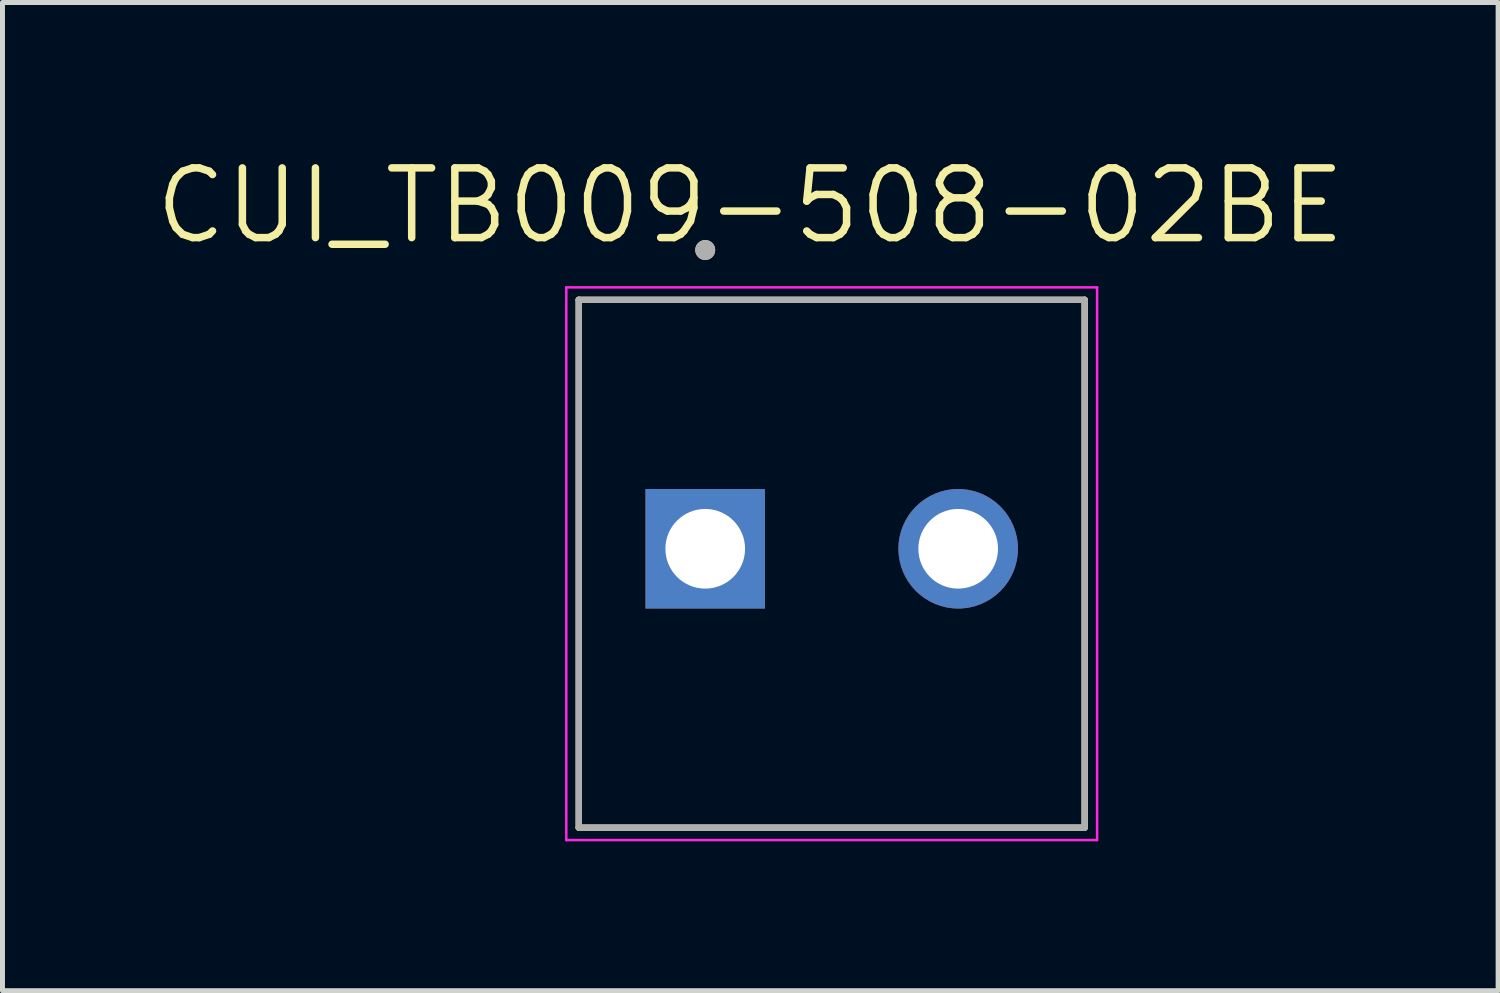
<source format=kicad_pcb>
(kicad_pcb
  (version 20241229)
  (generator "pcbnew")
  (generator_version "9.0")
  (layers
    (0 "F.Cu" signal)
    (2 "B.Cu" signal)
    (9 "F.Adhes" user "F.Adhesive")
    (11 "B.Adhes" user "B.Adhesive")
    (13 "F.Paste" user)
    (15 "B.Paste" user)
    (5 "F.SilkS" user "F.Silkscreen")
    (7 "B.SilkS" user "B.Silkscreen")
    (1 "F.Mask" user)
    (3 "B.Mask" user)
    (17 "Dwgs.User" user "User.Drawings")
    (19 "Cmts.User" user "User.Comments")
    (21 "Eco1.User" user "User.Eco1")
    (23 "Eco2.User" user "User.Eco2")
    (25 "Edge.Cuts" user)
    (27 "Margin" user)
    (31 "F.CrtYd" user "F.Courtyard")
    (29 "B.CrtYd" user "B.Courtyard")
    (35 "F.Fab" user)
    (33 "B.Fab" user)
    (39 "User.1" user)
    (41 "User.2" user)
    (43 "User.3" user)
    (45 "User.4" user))
  (footprint "CUI_TB009-508-02BE"
    (layer "F.Cu")
    (at 11.113 7.971)
    (property "Reference" "CUI_TB009-508-02BE" (at 0.905 -6.889 0) (layer "F.SilkS") (effects (font (size 1.4 1.4) (thickness 0.15))))
    (attr through_hole)
    (fp_line (start -2.54 -5) (end 7.62 -5) (stroke (width 0.127) (type solid)) (layer "F.SilkS"))
    (fp_line (start -2.54 5.6) (end -2.54 -5) (stroke (width 0.127) (type solid)) (layer "F.SilkS"))
    (fp_line (start 7.62 -5) (end 7.62 5.6) (stroke (width 0.127) (type solid)) (layer "F.SilkS"))
    (fp_line (start 7.62 5.6) (end -2.54 5.6) (stroke (width 0.127) (type solid)) (layer "F.SilkS"))
    (fp_circle (center 0 -6) (end 0.1 -6) (stroke (width 0.2) (type solid)) (fill no) (layer "F.SilkS"))
    (fp_line (start -2.79 -5.25) (end 7.87 -5.25) (stroke (width 0.05) (type solid)) (layer "F.CrtYd"))
    (fp_line (start -2.79 5.85) (end -2.79 -5.25) (stroke (width 0.05) (type solid)) (layer "F.CrtYd"))
    (fp_line (start 7.87 -5.25) (end 7.87 5.85) (stroke (width 0.05) (type solid)) (layer "F.CrtYd"))
    (fp_line (start 7.87 5.85) (end -2.79 5.85) (stroke (width 0.05) (type solid)) (layer "F.CrtYd"))
    (fp_line (start -2.54 -5) (end 7.62 -5) (stroke (width 0.127) (type solid)) (layer "F.Fab"))
    (fp_line (start -2.54 5.6) (end -2.54 -5) (stroke (width 0.127) (type solid)) (layer "F.Fab"))
    (fp_line (start 7.62 -5) (end 7.62 5.6) (stroke (width 0.127) (type solid)) (layer "F.Fab"))
    (fp_line (start 7.62 5.6) (end -2.54 5.6) (stroke (width 0.127) (type solid)) (layer "F.Fab"))
    (fp_circle (center 0 -6) (end 0.1 -6) (stroke (width 0.2) (type solid)) (fill no) (layer "F.Fab"))
    (pad "1" thru_hole rect (at 0 0) (size 2.4 2.4) (drill 1.6) (layers "*.Cu" "*.Mask"))
    (pad "2" thru_hole circle (at 5.08 0) (size 2.4 2.4) (drill 1.6) (layers "*.Cu" "*.Mask")))
  (gr_rect
    (start -3 -3)
    (end 27.037 16.846)
    (stroke (width 0.1) (type default))
    (fill no)
    (layer "Edge.Cuts")))
</source>
